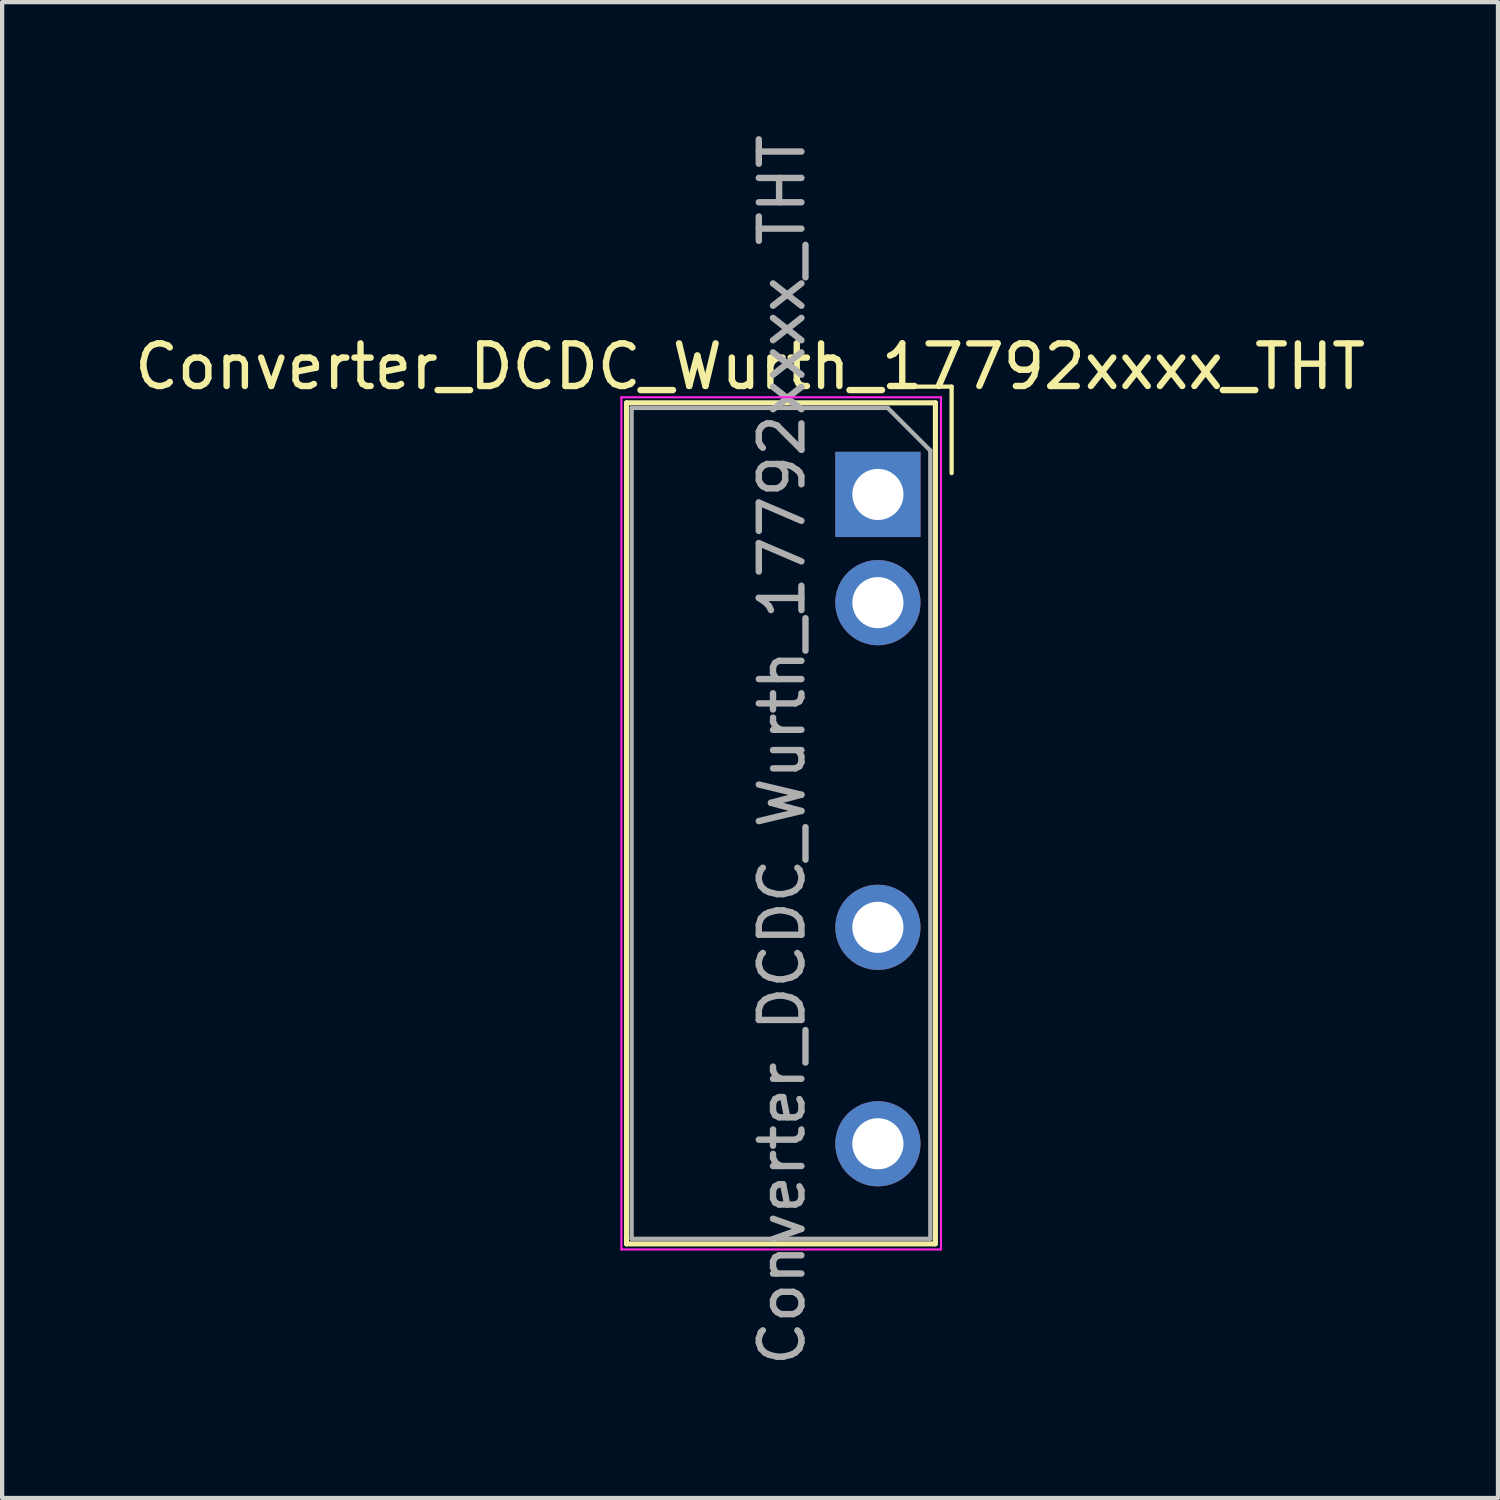
<source format=kicad_pcb>
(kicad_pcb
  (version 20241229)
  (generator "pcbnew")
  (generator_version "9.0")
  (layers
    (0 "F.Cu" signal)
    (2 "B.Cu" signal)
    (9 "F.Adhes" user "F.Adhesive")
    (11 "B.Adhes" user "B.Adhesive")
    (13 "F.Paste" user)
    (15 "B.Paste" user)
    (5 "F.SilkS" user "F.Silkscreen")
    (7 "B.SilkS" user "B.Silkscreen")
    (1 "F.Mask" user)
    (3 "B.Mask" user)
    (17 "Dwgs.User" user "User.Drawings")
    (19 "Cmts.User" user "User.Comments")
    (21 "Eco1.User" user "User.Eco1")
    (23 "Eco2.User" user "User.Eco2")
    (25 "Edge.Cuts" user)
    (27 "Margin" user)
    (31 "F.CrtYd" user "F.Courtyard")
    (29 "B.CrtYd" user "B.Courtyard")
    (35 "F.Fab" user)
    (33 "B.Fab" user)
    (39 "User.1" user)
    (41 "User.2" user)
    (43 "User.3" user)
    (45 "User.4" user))
  (footprint "Converter_DCDC_Wurth_17792xxxx_THT"
    (layer "F.Cu")
    (at 17.554 8.554)
    (property "Reference" "Converter_DCDC_Wurth_17792xxxx_THT" (at -3 -3 0) (layer "F.SilkS") (effects (font (size 1 1) (thickness 0.15))))
    (attr through_hole)
    (fp_line (start -5.9 -2.15) (end -5.9 17.59) (stroke (width 0.12) (type solid)) (layer "F.SilkS"))
    (fp_line (start -5.9 17.59) (end 1.33 17.59) (stroke (width 0.12) (type solid)) (layer "F.SilkS"))
    (fp_line (start 1.35 -2.15) (end -5.9 -2.15) (stroke (width 0.12) (type solid)) (layer "F.SilkS"))
    (fp_line (start 1.35 17.59) (end 1.35 -2.15) (stroke (width 0.12) (type solid)) (layer "F.SilkS"))
    (fp_line (start 1.73 -2.53) (end 0.5 -2.53) (stroke (width 0.1) (type solid)) (layer "F.SilkS"))
    (fp_line (start 1.73 -2.53) (end 1.73 -0.5) (stroke (width 0.1) (type solid)) (layer "F.SilkS"))
    (fp_line (start -6.02 -2.28) (end -6.02 17.72) (stroke (width 0.05) (type solid)) (layer "F.CrtYd"))
    (fp_line (start -6.02 17.72) (end 1.48 17.72) (stroke (width 0.05) (type solid)) (layer "F.CrtYd"))
    (fp_line (start 1.48 -2.28) (end -6.02 -2.28) (stroke (width 0.05) (type solid)) (layer "F.CrtYd"))
    (fp_line (start 1.48 17.72) (end 1.48 -2.28) (stroke (width 0.05) (type solid)) (layer "F.CrtYd"))
    (fp_line (start -5.78 -2.03) (end -5.78 17.47) (stroke (width 0.1) (type solid)) (layer "F.Fab"))
    (fp_line (start -5.78 17.47) (end 1.23 17.47) (stroke (width 0.1) (type solid)) (layer "F.Fab"))
    (fp_line (start 0.23 -2.03) (end -5.78 -2.03) (stroke (width 0.1) (type solid)) (layer "F.Fab"))
    (fp_line (start 0.23 -2.03) (end 1.23 -1.03) (stroke (width 0.1) (type solid)) (layer "F.Fab"))
    (fp_line (start 1.23 17.47) (end 1.23 -1.03) (stroke (width 0.1) (type solid)) (layer "F.Fab"))
    (fp_text user "${REFERENCE}" (at -2.25 6 90) (layer "F.Fab") (effects (font (size 1 1) (thickness 0.15))))
    (pad "1" thru_hole rect (at 0 0) (size 2 2) (drill 1.2) (layers "*.Cu" "*.Mask"))
    (pad "2" thru_hole oval (at 0 2.54) (size 2 2) (drill 1.2) (layers "*.Cu" "*.Mask"))
    (pad "5" thru_hole oval (at 0 10.16 90) (size 2 2) (drill 1.2) (layers "*.Cu" "*.Mask"))
    (pad "7" thru_hole oval (at 0 15.24) (size 2 2) (drill 1.2) (layers "*.Cu" "*.Mask")))
  (gr_rect
    (start -3 -3)
    (end 32.107 32.107)
    (stroke (width 0.1) (type default))
    (fill no)
    (layer "Edge.Cuts")))
</source>
